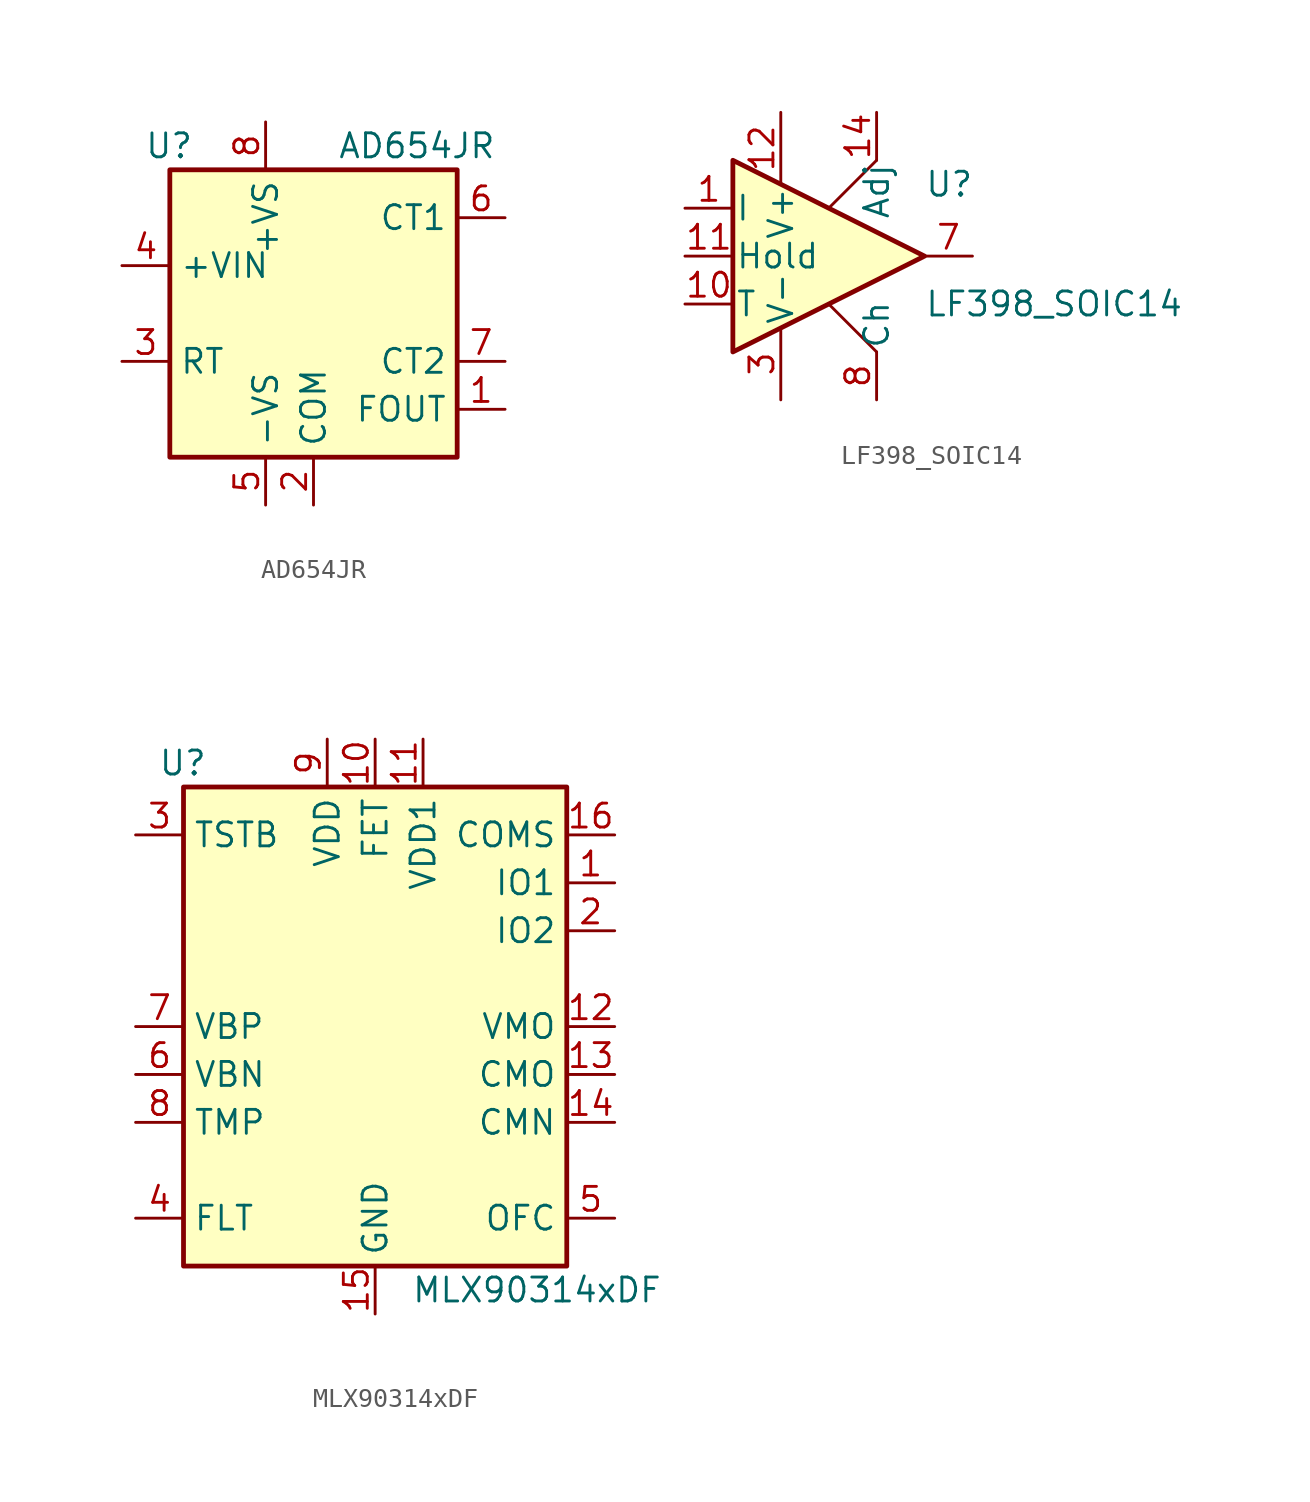
<source format=kicad_sym>
(kicad_symbol_lib
  (version 20201005)
  (generator kicad_symbol_editor)
  (symbol "AD654JR"
    (property "Reference" "U"
      (at -6.35 8.89 0)
      (effects (font (size 1.27 1.27)) (justify right)))
    (property "Value" "AD654JR"
      (at 1.27 8.89 0)
      (effects (font (size 1.27 1.27)) (justify left)))
    (symbol "AD654JR_0_1"
      (rectangle (start -7.62 7.62) (end 7.62 -7.62) (stroke (width 0.254)) (fill (type background))))
    (symbol "AD654JR_1_1"
      (pin open_collector line (at 10.16 -5.08 180) (length 2.54) (name "FOUT" (effects (font (size 1.27 1.27)))) (number "1" (effects (font (size 1.27 1.27)))))
      (pin power_in line (at 0 -10.16 90) (length 2.54) (name "COM" (effects (font (size 1.27 1.27)))) (number "2" (effects (font (size 1.27 1.27)))))
      (pin input line (at -10.16 -2.54 0) (length 2.54) (name "RT" (effects (font (size 1.27 1.27)))) (number "3" (effects (font (size 1.27 1.27)))))
      (pin input line (at -10.16 2.54 0) (length 2.54) (name "+VIN" (effects (font (size 1.27 1.27)))) (number "4" (effects (font (size 1.27 1.27)))))
      (pin power_in line (at -2.54 -10.16 90) (length 2.54) (name "-VS" (effects (font (size 1.27 1.27)))) (number "5" (effects (font (size 1.27 1.27)))))
      (pin passive line (at 10.16 5.08 180) (length 2.54) (name "CT1" (effects (font (size 1.27 1.27)))) (number "6" (effects (font (size 1.27 1.27)))))
      (pin passive line (at 10.16 -2.54 180) (length 2.54) (name "CT2" (effects (font (size 1.27 1.27)))) (number "7" (effects (font (size 1.27 1.27)))))
      (pin power_in line (at -2.54 10.16 270) (length 2.54) (name "+VS" (effects (font (size 1.27 1.27)))) (number "8" (effects (font (size 1.27 1.27)))))))
  (symbol "LF398_SOIC14"
    (pin_names
      (offset 0.127))
    (property "Reference" "U"
      (at 5.08 3.81 0)
      (effects (font (size 1.27 1.27)) (justify left)))
    (property "Value" "LF398_SOIC14"
      (at 5.08 -2.54 0)
      (effects (font (size 1.27 1.27)) (justify left)))
    (symbol "LF398_SOIC14_0_1"
      (polyline (pts (xy 0 -2.54) (xy 2.54 -5.08)) (stroke (width 0)) (fill (type none)))
      (polyline (pts (xy 2.54 5.08) (xy 0 2.54)) (stroke (width 0)) (fill (type none)))
      (polyline (pts (xy -5.08 5.08) (xy 5.08 0) (xy -5.08 -5.08) (xy -5.08 5.08)) (stroke (width 0.254)) (fill (type background))))
    (symbol "LF398_SOIC14_1_1"
      (pin input line (at -7.62 2.54 0) (length 2.54) (name "I" (effects (font (size 1.27 1.27)))) (number "1" (effects (font (size 1.27 1.27)))))
      (pin passive line (at -7.62 -2.54 0) (length 2.54) (name "T" (effects (font (size 1.27 1.27)))) (number "10" (effects (font (size 1.27 1.27)))))
      (pin input line (at -7.62 0 0) (length 2.54) (name "Hold" (effects (font (size 1.27 1.27)))) (number "11" (effects (font (size 1.27 1.27)))))
      (pin passive line (at -2.54 7.62 270) (length 3.81) (name "V+" (effects (font (size 1.27 1.27)))) (number "12" (effects (font (size 1.27 1.27)))))
      (pin no_connect line (at 0 -2.54 90) (length 2.54) hide (name "NC" (effects (font (size 1.27 1.27)))) (number "13" (effects (font (size 1.27 1.27)))))
      (pin passive line (at 2.54 7.62 270) (length 2.54) (name "Adj" (effects (font (size 1.27 1.27)))) (number "14" (effects (font (size 1.27 1.27)))))
      (pin no_connect line (at -5.08 2.54 270) (length 2.54) hide (name "NC" (effects (font (size 1.27 1.27)))) (number "2" (effects (font (size 1.27 1.27)))))
      (pin passive line (at -2.54 -7.62 90) (length 3.81) (name "V-" (effects (font (size 1.27 1.27)))) (number "3" (effects (font (size 1.27 1.27)))))
      (pin no_connect line (at -2.54 2.54 270) (length 2.54) hide (name "NC" (effects (font (size 1.27 1.27)))) (number "4" (effects (font (size 1.27 1.27)))))
      (pin no_connect line (at -5.08 -2.54 90) (length 2.54) hide (name "NC" (effects (font (size 1.27 1.27)))) (number "5" (effects (font (size 1.27 1.27)))))
      (pin no_connect line (at -2.54 -2.54 90) (length 2.54) hide (name "NC" (effects (font (size 1.27 1.27)))) (number "6" (effects (font (size 1.27 1.27)))))
      (pin output line (at 7.62 0 180) (length 2.54) (name "~" (effects (font (size 1.27 1.27)))) (number "7" (effects (font (size 1.27 1.27)))))
      (pin passive line (at 2.54 -7.62 90) (length 2.54) (name "Ch" (effects (font (size 1.27 1.27)))) (number "8" (effects (font (size 1.27 1.27)))))
      (pin no_connect line (at 0 2.54 270) (length 2.54) hide (name "NC" (effects (font (size 1.27 1.27)))) (number "9" (effects (font (size 1.27 1.27)))))))
  (symbol "MLX90314xDF"
    (property "Reference" "U"
      (at -8.89 13.97 0)
      (effects (font (size 1.27 1.27)) (justify right)))
    (property "Value" "MLX90314xDF"
      (at 15.24 -13.97 0)
      (effects (font (size 1.27 1.27)) (justify right)))
    (symbol "MLX90314xDF_0_1"
      (rectangle (start -10.16 12.7) (end 10.16 -12.7) (stroke (width 0.254)) (fill (type background))))
    (symbol "MLX90314xDF_1_1"
      (pin bidirectional line (at 12.7 7.62 180) (length 2.54) (name "IO1" (effects (font (size 1.27 1.27)))) (number "1" (effects (font (size 1.27 1.27)))))
      (pin output line (at 0 15.24 270) (length 2.54) (name "FET" (effects (font (size 1.27 1.27)))) (number "10" (effects (font (size 1.27 1.27)))))
      (pin power_in line (at 2.54 15.24 270) (length 2.54) (name "VDD1" (effects (font (size 1.27 1.27)))) (number "11" (effects (font (size 1.27 1.27)))))
      (pin output line (at 12.7 0 180) (length 2.54) (name "VMO" (effects (font (size 1.27 1.27)))) (number "12" (effects (font (size 1.27 1.27)))))
      (pin output line (at 12.7 -2.54 180) (length 2.54) (name "CMO" (effects (font (size 1.27 1.27)))) (number "13" (effects (font (size 1.27 1.27)))))
      (pin input line (at 12.7 -5.08 180) (length 2.54) (name "CMN" (effects (font (size 1.27 1.27)))) (number "14" (effects (font (size 1.27 1.27)))))
      (pin power_in line (at 0 -15.24 90) (length 2.54) (name "GND" (effects (font (size 1.27 1.27)))) (number "15" (effects (font (size 1.27 1.27)))))
      (pin bidirectional line (at 12.7 10.16 180) (length 2.54) (name "COMS" (effects (font (size 1.27 1.27)))) (number "16" (effects (font (size 1.27 1.27)))))
      (pin bidirectional line (at 12.7 5.08 180) (length 2.54) (name "IO2" (effects (font (size 1.27 1.27)))) (number "2" (effects (font (size 1.27 1.27)))))
      (pin input line (at -12.7 10.16 0) (length 2.54) (name "TSTB" (effects (font (size 1.27 1.27)))) (number "3" (effects (font (size 1.27 1.27)))))
      (pin passive line (at -12.7 -10.16 0) (length 2.54) (name "FLT" (effects (font (size 1.27 1.27)))) (number "4" (effects (font (size 1.27 1.27)))))
      (pin output line (at 12.7 -10.16 180) (length 2.54) (name "OFC" (effects (font (size 1.27 1.27)))) (number "5" (effects (font (size 1.27 1.27)))))
      (pin input line (at -12.7 -2.54 0) (length 2.54) (name "VBN" (effects (font (size 1.27 1.27)))) (number "6" (effects (font (size 1.27 1.27)))))
      (pin input line (at -12.7 0 0) (length 2.54) (name "VBP" (effects (font (size 1.27 1.27)))) (number "7" (effects (font (size 1.27 1.27)))))
      (pin input line (at -12.7 -5.08 0) (length 2.54) (name "TMP" (effects (font (size 1.27 1.27)))) (number "8" (effects (font (size 1.27 1.27)))))
      (pin power_in line (at -2.54 15.24 270) (length 2.54) (name "VDD" (effects (font (size 1.27 1.27)))) (number "9" (effects (font (size 1.27 1.27))))))))
</source>
